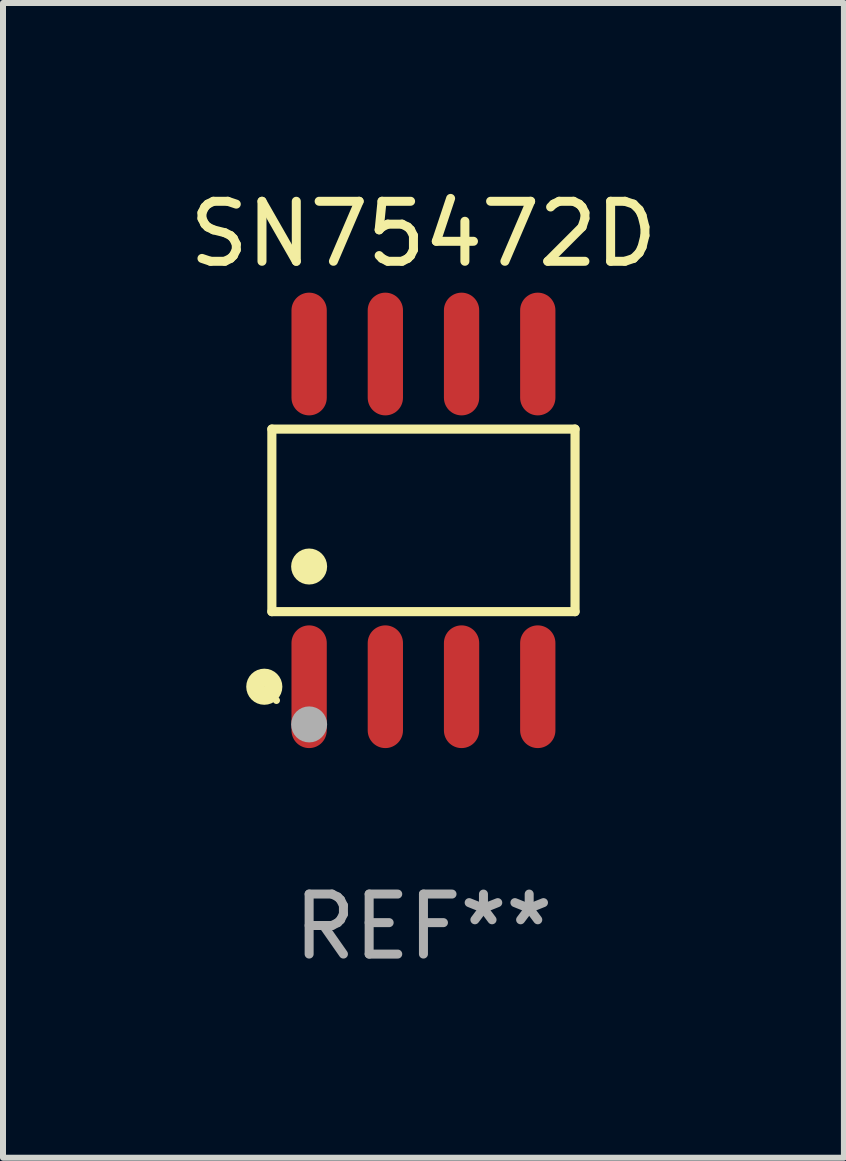
<source format=kicad_pcb>
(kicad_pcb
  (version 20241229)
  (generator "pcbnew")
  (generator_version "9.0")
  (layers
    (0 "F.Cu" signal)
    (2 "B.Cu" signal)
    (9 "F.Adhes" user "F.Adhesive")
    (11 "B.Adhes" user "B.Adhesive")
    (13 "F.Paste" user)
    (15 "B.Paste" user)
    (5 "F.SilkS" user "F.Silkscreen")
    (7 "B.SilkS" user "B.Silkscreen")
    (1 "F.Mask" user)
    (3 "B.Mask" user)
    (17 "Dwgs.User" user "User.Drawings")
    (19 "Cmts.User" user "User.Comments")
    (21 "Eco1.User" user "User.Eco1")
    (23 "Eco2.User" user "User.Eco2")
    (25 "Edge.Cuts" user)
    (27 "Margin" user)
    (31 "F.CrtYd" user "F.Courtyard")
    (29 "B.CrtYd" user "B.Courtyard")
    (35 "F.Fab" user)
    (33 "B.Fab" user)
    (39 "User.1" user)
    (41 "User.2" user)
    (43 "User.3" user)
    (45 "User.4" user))
  (footprint "SN75472D"
    (layer "F.Cu")
    (at 4.006 5.621)
    (property "Reference" "SN75472D" (at 0 -4.772 0) (layer "F.SilkS") (effects (font (size 1 1) (thickness 0.15))))
    (attr through_hole)
    (fp_line (start -2.526 -1.521) (end 2.526 -1.521) (stroke (width 0.152) (type solid)) (layer "F.SilkS"))
    (fp_line (start -2.526 1.521) (end -2.526 -1.521) (stroke (width 0.152) (type solid)) (layer "F.SilkS"))
    (fp_line (start 2.526 -1.521) (end 2.526 1.521) (stroke (width 0.152) (type solid)) (layer "F.SilkS"))
    (fp_line (start 2.526 1.521) (end -2.526 1.521) (stroke (width 0.152) (type solid)) (layer "F.SilkS"))
    (fp_circle (center -2.652 2.772) (end -2.501 2.772) (stroke (width 0.3) (type solid)) (fill no) (layer "F.SilkS"))
    (fp_circle (center -2.45 3) (end -2.42 3) (stroke (width 0.06) (type solid)) (fill no) (layer "F.SilkS"))
    (fp_circle (center -1.905 0.769) (end -1.755 0.769) (stroke (width 0.3) (type solid)) (fill no) (layer "F.SilkS"))
    (fp_circle (center -1.905 3.4) (end -1.755 3.4) (stroke (width 0.3) (type solid)) (fill no) (layer "F.Fab"))
    (fp_text user "REF**" (at 0 6.772 0) (layer "F.Fab") (effects (font (size 1 1) (thickness 0.15))))
    (pad "1" smd oval (at -1.905 2.772) (size 0.588 2.045) (layers "F.Cu" "F.Mask" "F.Paste"))
    (pad "2" smd oval (at -0.635 2.772) (size 0.588 2.045) (layers "F.Cu" "F.Mask" "F.Paste"))
    (pad "3" smd oval (at 0.635 2.772) (size 0.588 2.045) (layers "F.Cu" "F.Mask" "F.Paste"))
    (pad "4" smd oval (at 1.905 2.772) (size 0.588 2.045) (layers "F.Cu" "F.Mask" "F.Paste"))
    (pad "5" smd oval (at 1.905 -2.772) (size 0.588 2.045) (layers "F.Cu" "F.Mask" "F.Paste"))
    (pad "6" smd oval (at 0.635 -2.772) (size 0.588 2.045) (layers "F.Cu" "F.Mask" "F.Paste"))
    (pad "7" smd oval (at -0.635 -2.772) (size 0.588 2.045) (layers "F.Cu" "F.Mask" "F.Paste"))
    (pad "8" smd oval (at -1.905 -2.772) (size 0.588 2.045) (layers "F.Cu" "F.Mask" "F.Paste")))
  (gr_rect
    (start -3 -3)
    (end 11.012 16.241)
    (stroke (width 0.1) (type default))
    (fill no)
    (layer "Edge.Cuts")))
</source>
